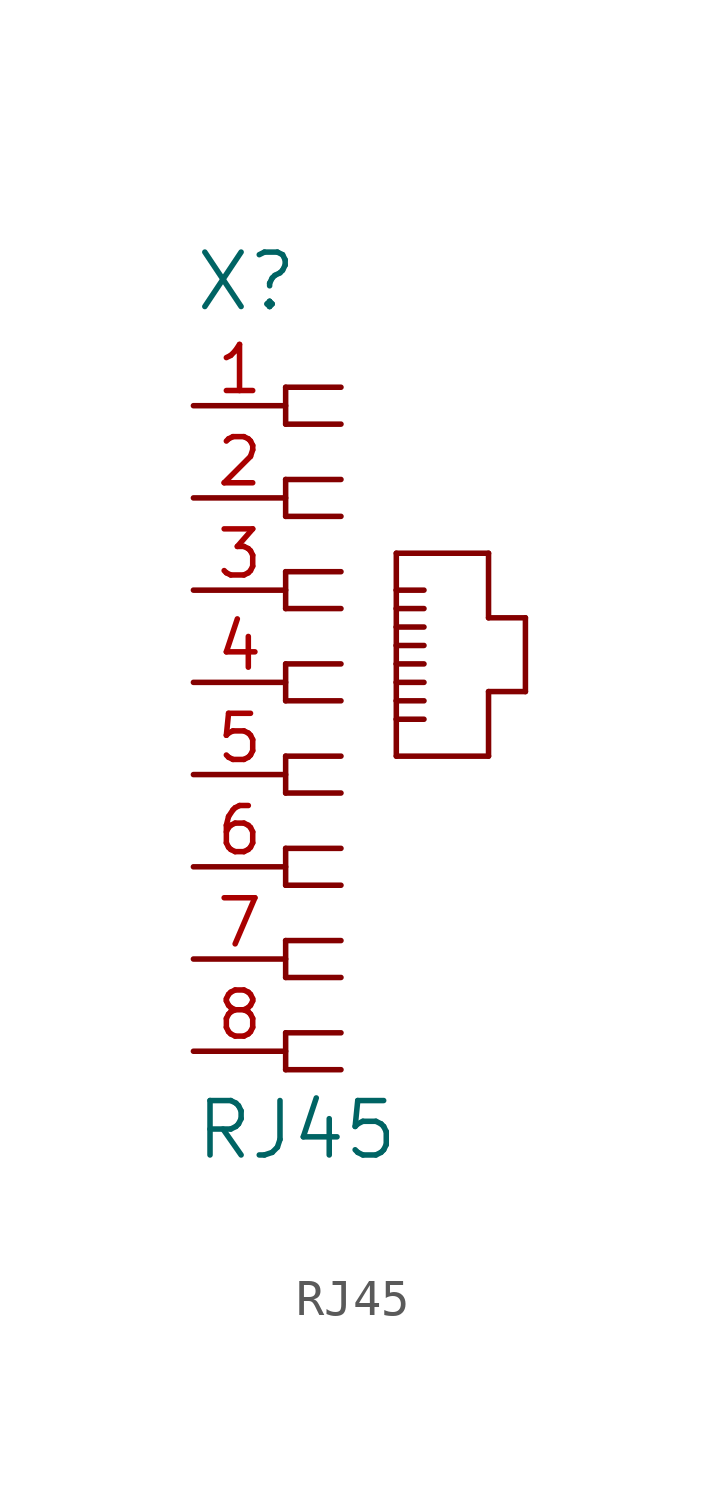
<source format=kicad_sym>
(kicad_symbol_lib
  (version 20211014)
  (generator kicad_symbol_editor)
  (symbol "RJ45"
    (pin_names
      (offset 1.016))
    (property "Reference" "X"
      (at -2.54 10.16 0)
      (effects (font (size 1.499 1.499)) (justify left bottom)))
    (property "Value" "RJ45"
      (at -2.54 -13.208 0)
      (effects (font (size 1.499 1.499)) (justify left bottom)))
    (property "ki_locked" ""
      (at 0 0 0)
      (effects (font (size 1.27 1.27))))
    (symbol "RJ45_1_0"
      (polyline (pts (xy 0 -10.668) (xy 1.524 -10.668)) (stroke (width 0) (type default) (color 0 0 0 0)) (fill (type none)))
      (polyline (pts (xy 0 -9.652) (xy 0 -10.668)) (stroke (width 0) (type default) (color 0 0 0 0)) (fill (type none)))
      (polyline (pts (xy 0 -8.128) (xy 1.524 -8.128)) (stroke (width 0) (type default) (color 0 0 0 0)) (fill (type none)))
      (polyline (pts (xy 0 -7.112) (xy 0 -8.128)) (stroke (width 0) (type default) (color 0 0 0 0)) (fill (type none)))
      (polyline (pts (xy 0 -5.588) (xy 1.524 -5.588)) (stroke (width 0) (type default) (color 0 0 0 0)) (fill (type none)))
      (polyline (pts (xy 0 -4.572) (xy 0 -5.588)) (stroke (width 0) (type default) (color 0 0 0 0)) (fill (type none)))
      (polyline (pts (xy 0 -3.048) (xy 1.524 -3.048)) (stroke (width 0) (type default) (color 0 0 0 0)) (fill (type none)))
      (polyline (pts (xy 0 -2.032) (xy 0 -3.048)) (stroke (width 0) (type default) (color 0 0 0 0)) (fill (type none)))
      (polyline (pts (xy 0 -0.508) (xy 1.524 -0.508)) (stroke (width 0) (type default) (color 0 0 0 0)) (fill (type none)))
      (polyline (pts (xy 0 0.508) (xy 0 -0.508)) (stroke (width 0) (type default) (color 0 0 0 0)) (fill (type none)))
      (polyline (pts (xy 0 2.032) (xy 1.524 2.032)) (stroke (width 0) (type default) (color 0 0 0 0)) (fill (type none)))
      (polyline (pts (xy 0 3.048) (xy 0 2.032)) (stroke (width 0) (type default) (color 0 0 0 0)) (fill (type none)))
      (polyline (pts (xy 0 4.572) (xy 1.524 4.572)) (stroke (width 0) (type default) (color 0 0 0 0)) (fill (type none)))
      (polyline (pts (xy 0 5.588) (xy 0 4.572)) (stroke (width 0) (type default) (color 0 0 0 0)) (fill (type none)))
      (polyline (pts (xy 0 7.112) (xy 1.524 7.112)) (stroke (width 0) (type default) (color 0 0 0 0)) (fill (type none)))
      (polyline (pts (xy 0 8.128) (xy 0 7.112)) (stroke (width 0) (type default) (color 0 0 0 0)) (fill (type none)))
      (polyline (pts (xy 1.524 -9.652) (xy 0 -9.652)) (stroke (width 0) (type default) (color 0 0 0 0)) (fill (type none)))
      (polyline (pts (xy 1.524 -7.112) (xy 0 -7.112)) (stroke (width 0) (type default) (color 0 0 0 0)) (fill (type none)))
      (polyline (pts (xy 1.524 -4.572) (xy 0 -4.572)) (stroke (width 0) (type default) (color 0 0 0 0)) (fill (type none)))
      (polyline (pts (xy 1.524 -2.032) (xy 0 -2.032)) (stroke (width 0) (type default) (color 0 0 0 0)) (fill (type none)))
      (polyline (pts (xy 1.524 0.508) (xy 0 0.508)) (stroke (width 0) (type default) (color 0 0 0 0)) (fill (type none)))
      (polyline (pts (xy 1.524 3.048) (xy 0 3.048)) (stroke (width 0) (type default) (color 0 0 0 0)) (fill (type none)))
      (polyline (pts (xy 1.524 5.588) (xy 0 5.588)) (stroke (width 0) (type default) (color 0 0 0 0)) (fill (type none)))
      (polyline (pts (xy 1.524 8.128) (xy 0 8.128)) (stroke (width 0) (type default) (color 0 0 0 0)) (fill (type none)))
      (polyline (pts (xy 3.048 -2.032) (xy 5.588 -2.032)) (stroke (width 0) (type default) (color 0 0 0 0)) (fill (type none)))
      (polyline (pts (xy 3.048 -1.016) (xy 3.048 -2.032)) (stroke (width 0) (type default) (color 0 0 0 0)) (fill (type none)))
      (polyline (pts (xy 3.048 -1.016) (xy 3.81 -1.016)) (stroke (width 0) (type default) (color 0 0 0 0)) (fill (type none)))
      (polyline (pts (xy 3.048 -0.508) (xy 3.048 -1.016)) (stroke (width 0) (type default) (color 0 0 0 0)) (fill (type none)))
      (polyline (pts (xy 3.048 -0.508) (xy 3.81 -0.508)) (stroke (width 0) (type default) (color 0 0 0 0)) (fill (type none)))
      (polyline (pts (xy 3.048 0) (xy 3.048 -0.508)) (stroke (width 0) (type default) (color 0 0 0 0)) (fill (type none)))
      (polyline (pts (xy 3.048 0) (xy 3.81 0)) (stroke (width 0) (type default) (color 0 0 0 0)) (fill (type none)))
      (polyline (pts (xy 3.048 0.508) (xy 3.048 0)) (stroke (width 0) (type default) (color 0 0 0 0)) (fill (type none)))
      (polyline (pts (xy 3.048 0.508) (xy 3.81 0.508)) (stroke (width 0) (type default) (color 0 0 0 0)) (fill (type none)))
      (polyline (pts (xy 3.048 1.016) (xy 3.048 0.508)) (stroke (width 0) (type default) (color 0 0 0 0)) (fill (type none)))
      (polyline (pts (xy 3.048 1.016) (xy 3.81 1.016)) (stroke (width 0) (type default) (color 0 0 0 0)) (fill (type none)))
      (polyline (pts (xy 3.048 1.524) (xy 3.048 1.016)) (stroke (width 0) (type default) (color 0 0 0 0)) (fill (type none)))
      (polyline (pts (xy 3.048 1.524) (xy 3.81 1.524)) (stroke (width 0) (type default) (color 0 0 0 0)) (fill (type none)))
      (polyline (pts (xy 3.048 2.032) (xy 3.048 1.524)) (stroke (width 0) (type default) (color 0 0 0 0)) (fill (type none)))
      (polyline (pts (xy 3.048 2.032) (xy 3.81 2.032)) (stroke (width 0) (type default) (color 0 0 0 0)) (fill (type none)))
      (polyline (pts (xy 3.048 2.54) (xy 3.048 2.032)) (stroke (width 0) (type default) (color 0 0 0 0)) (fill (type none)))
      (polyline (pts (xy 3.048 2.54) (xy 3.81 2.54)) (stroke (width 0) (type default) (color 0 0 0 0)) (fill (type none)))
      (polyline (pts (xy 3.048 3.556) (xy 3.048 2.54)) (stroke (width 0) (type default) (color 0 0 0 0)) (fill (type none)))
      (polyline (pts (xy 5.588 -2.032) (xy 5.588 -0.254)) (stroke (width 0) (type default) (color 0 0 0 0)) (fill (type none)))
      (polyline (pts (xy 5.588 -0.254) (xy 6.604 -0.254)) (stroke (width 0) (type default) (color 0 0 0 0)) (fill (type none)))
      (polyline (pts (xy 5.588 1.778) (xy 5.588 3.556)) (stroke (width 0) (type default) (color 0 0 0 0)) (fill (type none)))
      (polyline (pts (xy 5.588 3.556) (xy 3.048 3.556)) (stroke (width 0) (type default) (color 0 0 0 0)) (fill (type none)))
      (polyline (pts (xy 6.604 -0.254) (xy 6.604 1.778)) (stroke (width 0) (type default) (color 0 0 0 0)) (fill (type none)))
      (polyline (pts (xy 6.604 1.778) (xy 5.588 1.778)) (stroke (width 0) (type default) (color 0 0 0 0)) (fill (type none)))
      (pin passive line (at -2.54 7.62 0) (length 2.54) (name "1" (effects (font (size 0 0)))) (number "1" (effects (font (size 1.27 1.27)))))
      (pin passive line (at -2.54 5.08 0) (length 2.54) (name "2" (effects (font (size 0 0)))) (number "2" (effects (font (size 1.27 1.27)))))
      (pin passive line (at -2.54 2.54 0) (length 2.54) (name "3" (effects (font (size 0 0)))) (number "3" (effects (font (size 1.27 1.27)))))
      (pin passive line (at -2.54 0 0) (length 2.54) (name "4" (effects (font (size 0 0)))) (number "4" (effects (font (size 1.27 1.27)))))
      (pin passive line (at -2.54 -2.54 0) (length 2.54) (name "5" (effects (font (size 0 0)))) (number "5" (effects (font (size 1.27 1.27)))))
      (pin passive line (at -2.54 -5.08 0) (length 2.54) (name "6" (effects (font (size 0 0)))) (number "6" (effects (font (size 1.27 1.27)))))
      (pin passive line (at -2.54 -7.62 0) (length 2.54) (name "7" (effects (font (size 0 0)))) (number "7" (effects (font (size 1.27 1.27)))))
      (pin passive line (at -2.54 -10.16 0) (length 2.54) (name "8" (effects (font (size 0 0)))) (number "8" (effects (font (size 1.27 1.27))))))))
</source>
